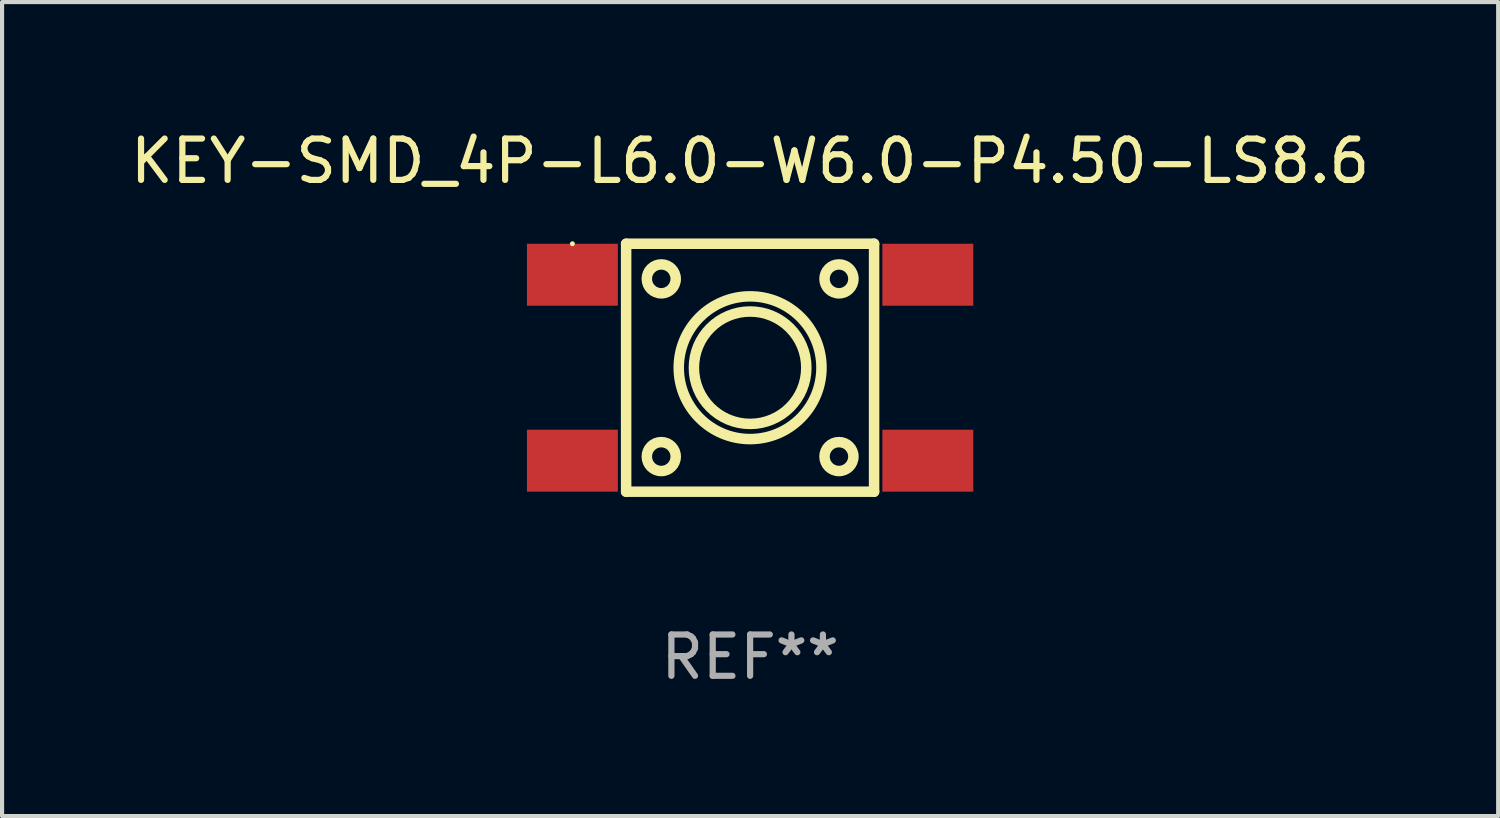
<source format=kicad_pcb>
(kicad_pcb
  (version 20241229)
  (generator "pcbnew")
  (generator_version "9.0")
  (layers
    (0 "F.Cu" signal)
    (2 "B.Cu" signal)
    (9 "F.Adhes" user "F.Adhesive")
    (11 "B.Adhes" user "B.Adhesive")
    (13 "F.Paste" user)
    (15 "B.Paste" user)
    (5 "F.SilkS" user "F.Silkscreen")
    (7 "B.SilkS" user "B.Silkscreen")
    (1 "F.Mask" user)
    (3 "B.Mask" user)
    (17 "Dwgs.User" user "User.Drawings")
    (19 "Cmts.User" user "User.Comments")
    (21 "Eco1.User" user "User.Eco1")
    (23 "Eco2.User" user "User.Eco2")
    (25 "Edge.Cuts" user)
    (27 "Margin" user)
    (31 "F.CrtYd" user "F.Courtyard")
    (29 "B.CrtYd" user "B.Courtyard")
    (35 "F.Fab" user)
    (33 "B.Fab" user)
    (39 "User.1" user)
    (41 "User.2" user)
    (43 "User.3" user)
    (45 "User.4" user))
  (footprint "KEY-SMD_4P-L6.0-W6.0-P4.50-LS8.6"
    (layer "F.Cu")
    (at 15.101 5.848)
    (property "Reference" "KEY-SMD_4P-L6.0-W6.0-P4.50-LS8.6" (at 0 -5 0) (layer "F.SilkS") (effects (font (size 1 1) (thickness 0.15))))
    (attr through_hole)
    (fp_line (start -3 -3) (end -3 3) (stroke (width 0.254) (type solid)) (layer "F.SilkS"))
    (fp_line (start -3 -3) (end 3 -3) (stroke (width 0.254) (type solid)) (layer "F.SilkS"))
    (fp_line (start -3 3) (end 3 3) (stroke (width 0.254) (type solid)) (layer "F.SilkS"))
    (fp_line (start 3 -3) (end 3 3) (stroke (width 0.254) (type solid)) (layer "F.SilkS"))
    (fp_circle (center -4.3 -3) (end -4.27 -3) (stroke (width 0.06) (type solid)) (fill no) (layer "F.SilkS"))
    (fp_circle (center -2.15 -2.15) (end -1.8 -2.15) (stroke (width 0.254) (type solid)) (fill no) (layer "F.SilkS"))
    (fp_circle (center -2.15 2.15) (end -1.8 2.15) (stroke (width 0.254) (type solid)) (fill no) (layer "F.SilkS"))
    (fp_circle (center 0 -0.000127) (end 1.36 -0.000127) (stroke (width 0.254) (type solid)) (fill no) (layer "F.SilkS"))
    (fp_circle (center 0 -0.000127) (end 1.727 -0.000127) (stroke (width 0.254) (type solid)) (fill no) (layer "F.SilkS"))
    (fp_circle (center 2.15 -2.15) (end 2.5 -2.15) (stroke (width 0.254) (type solid)) (fill no) (layer "F.SilkS"))
    (fp_circle (center 2.15 2.15) (end 2.5 2.15) (stroke (width 0.254) (type solid)) (fill no) (layer "F.SilkS"))
    (fp_text user "REF**" (at 0 7 0) (layer "F.Fab") (effects (font (size 1 1) (thickness 0.15))))
    (pad "1" smd rect (at -4.3 -2.25) (size 2.2 1.5) (layers "F.Cu" "F.Mask" "F.Paste"))
    (pad "2" smd rect (at 4.3 -2.25) (size 2.2 1.5) (layers "F.Cu" "F.Mask" "F.Paste"))
    (pad "3" smd rect (at -4.3 2.25) (size 2.2 1.5) (layers "F.Cu" "F.Mask" "F.Paste"))
    (pad "4" smd rect (at 4.3 2.25) (size 2.2 1.5) (layers "F.Cu" "F.Mask" "F.Paste")))
  (gr_rect
    (start -3 -3)
    (end 33.202 16.697)
    (stroke (width 0.1) (type default))
    (fill no)
    (layer "Edge.Cuts")))
</source>
